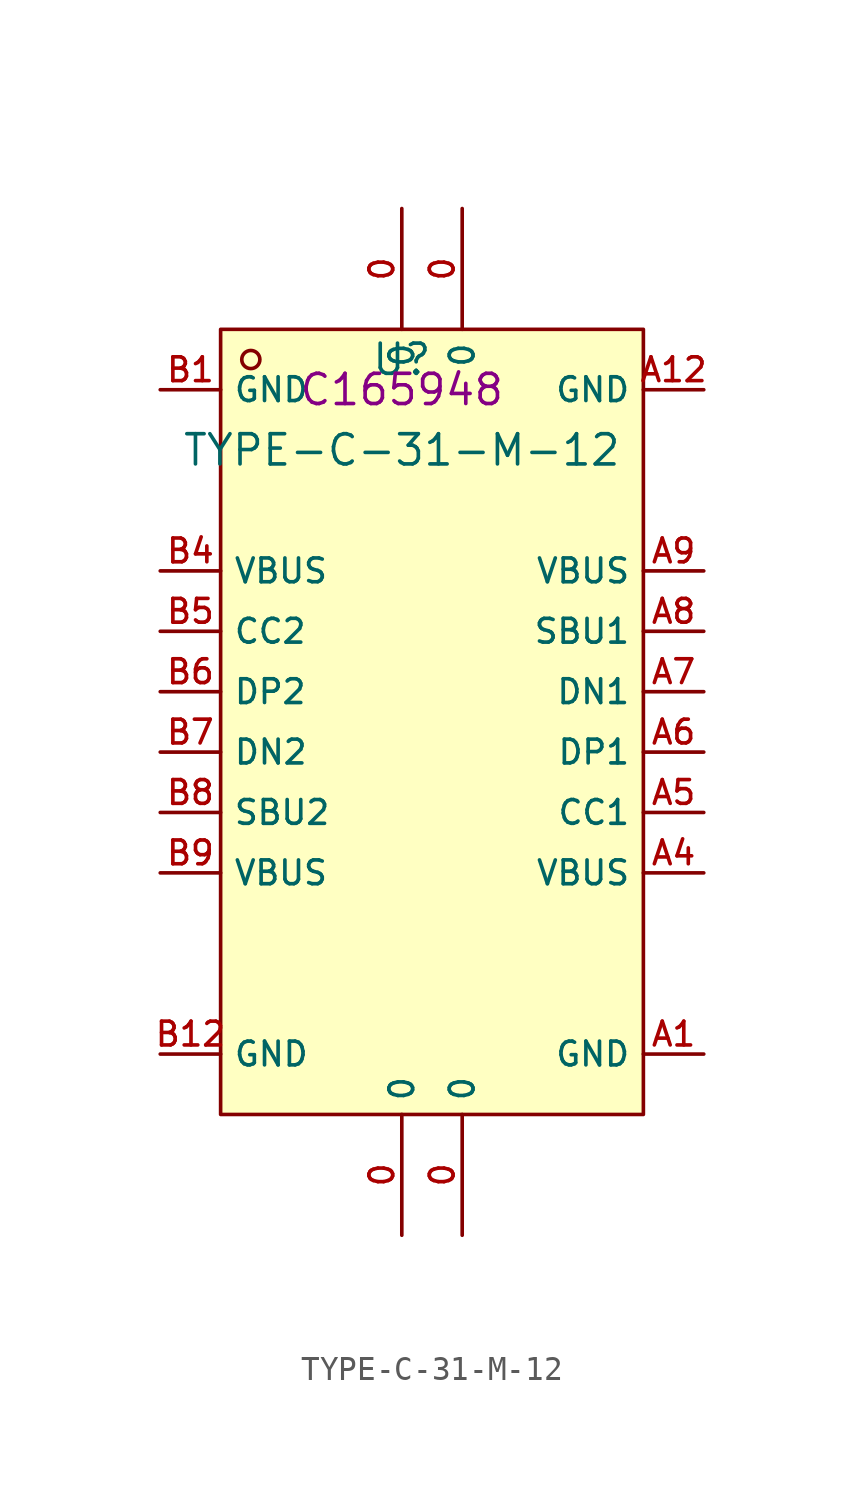
<source format=kicad_sym>
(kicad_symbol_lib
  (version 20220914)
  (generator kicad_symbol_editor)
  (symbol "TYPE-C-31-M-12"
    (property "Reference" "U"
      (at 0 1.27 0)
      (effects (font (size 1.27 1.27))))
    (property "Value" "TYPE-C-31-M-12"
      (at 0 -2.54 0)
      (effects (font (size 1.27 1.27))))
    (property "LCSC" "C165948"
      (at 0 0 0)
      (effects (font (size 1.27 1.27))))
    (symbol "TYPE-C-31-M-12_0_0"
      (rectangle (start -7.62 2.54) (end 10.16 -30.48) (stroke (width 0) (type default)) (fill (type background)))
      (circle (center -6.35 1.27) (radius 0.381) (stroke (width 0) (type default)) (fill (type background)))
      (pin unspecified line (at 0 -35.56 90) (length 5.08) (name "0" (effects (font (size 1 1)))) (number "0" (effects (font (size 1 1)))))
      (pin unspecified line (at 0 7.62 270) (length 5.08) (name "0" (effects (font (size 1 1)))) (number "0" (effects (font (size 1 1)))))
      (pin unspecified line (at 2.54 -35.56 90) (length 5.08) (name "0" (effects (font (size 1 1)))) (number "0" (effects (font (size 1 1)))))
      (pin unspecified line (at 2.54 7.62 270) (length 5.08) (name "0" (effects (font (size 1 1)))) (number "0" (effects (font (size 1 1)))))
      (pin unspecified line (at 12.7 -27.94 180) (length 2.54) (name "GND" (effects (font (size 1 1)))) (number "A1" (effects (font (size 1 1)))))
      (pin unspecified line (at 12.7 0 180) (length 2.54) (name "GND" (effects (font (size 1 1)))) (number "A12" (effects (font (size 1 1)))))
      (pin unspecified line (at 12.7 -20.32 180) (length 2.54) (name "VBUS" (effects (font (size 1 1)))) (number "A4" (effects (font (size 1 1)))))
      (pin unspecified line (at 12.7 -17.78 180) (length 2.54) (name "CC1" (effects (font (size 1 1)))) (number "A5" (effects (font (size 1 1)))))
      (pin unspecified line (at 12.7 -15.24 180) (length 2.54) (name "DP1" (effects (font (size 1 1)))) (number "A6" (effects (font (size 1 1)))))
      (pin unspecified line (at 12.7 -12.7 180) (length 2.54) (name "DN1" (effects (font (size 1 1)))) (number "A7" (effects (font (size 1 1)))))
      (pin unspecified line (at 12.7 -10.16 180) (length 2.54) (name "SBU1" (effects (font (size 1 1)))) (number "A8" (effects (font (size 1 1)))))
      (pin unspecified line (at 12.7 -7.62 180) (length 2.54) (name "VBUS" (effects (font (size 1 1)))) (number "A9" (effects (font (size 1 1)))))
      (pin unspecified line (at -10.16 0 0) (length 2.54) (name "GND" (effects (font (size 1 1)))) (number "B1" (effects (font (size 1 1)))))
      (pin unspecified line (at -10.16 -27.94 0) (length 2.54) (name "GND" (effects (font (size 1 1)))) (number "B12" (effects (font (size 1 1)))))
      (pin unspecified line (at -10.16 -7.62 0) (length 2.54) (name "VBUS" (effects (font (size 1 1)))) (number "B4" (effects (font (size 1 1)))))
      (pin unspecified line (at -10.16 -10.16 0) (length 2.54) (name "CC2" (effects (font (size 1 1)))) (number "B5" (effects (font (size 1 1)))))
      (pin unspecified line (at -10.16 -12.7 0) (length 2.54) (name "DP2" (effects (font (size 1 1)))) (number "B6" (effects (font (size 1 1)))))
      (pin unspecified line (at -10.16 -15.24 0) (length 2.54) (name "DN2" (effects (font (size 1 1)))) (number "B7" (effects (font (size 1 1)))))
      (pin unspecified line (at -10.16 -17.78 0) (length 2.54) (name "SBU2" (effects (font (size 1 1)))) (number "B8" (effects (font (size 1 1)))))
      (pin unspecified line (at -10.16 -20.32 0) (length 2.54) (name "VBUS" (effects (font (size 1 1)))) (number "B9" (effects (font (size 1 1))))))))
</source>
